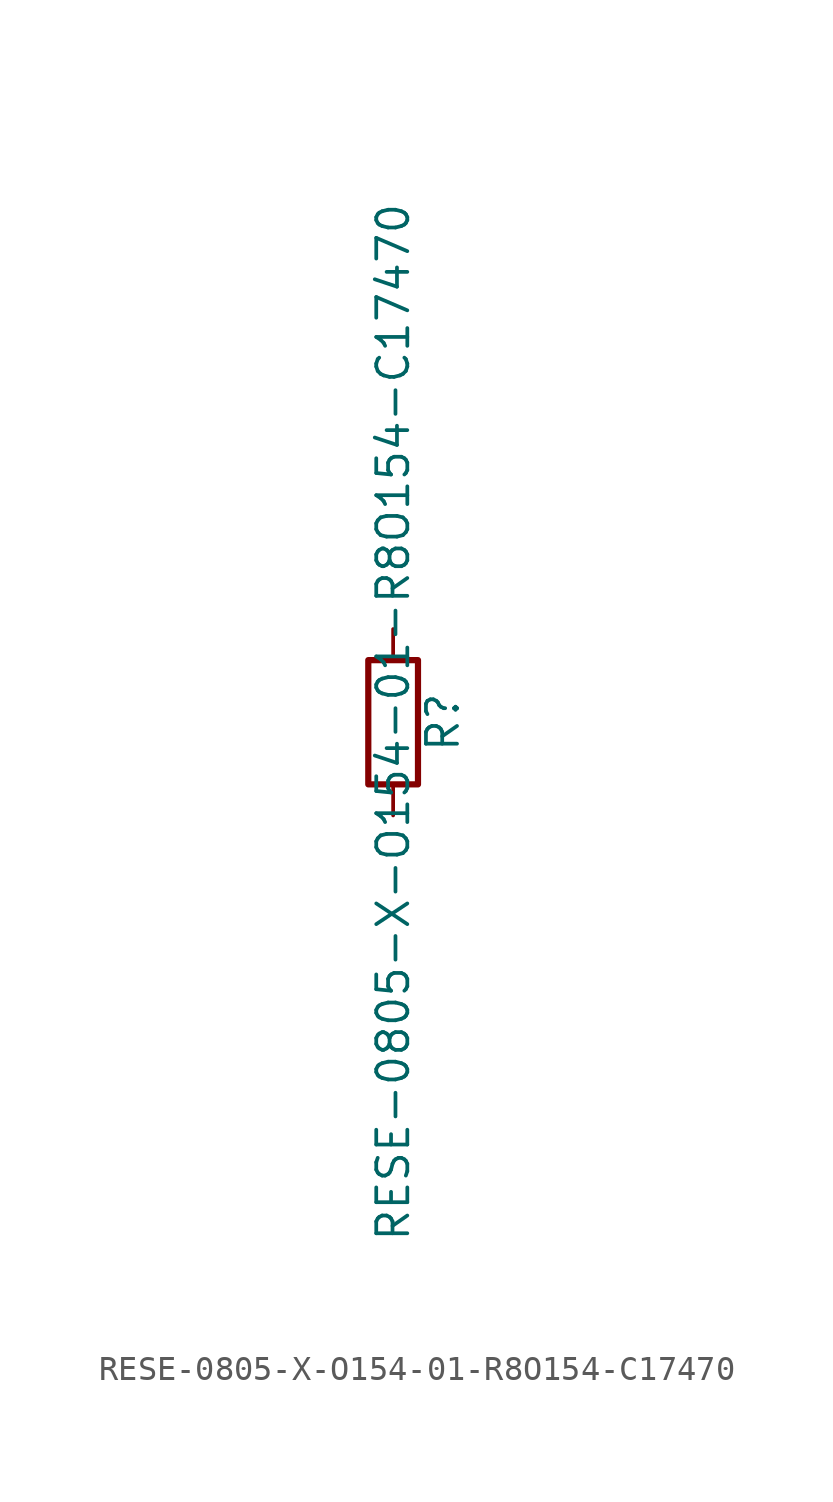
<source format=kicad_sym>
(kicad_symbol_lib
  (version 20211014)
  (generator kicad_symbol_editor)
  (symbol "RESE-0805-X-O154-01-R8O154-C17470"
    (pin_numbers hide)
    (pin_names
      (offset 0))
    (property "Reference" "R"
      (at 2.032 0 90)
      (effects (font (size 1.27 1.27))))
    (property "Value" "RESE-0805-X-O154-01-R8O154-C17470"
      (at 0 0 90)
      (effects (font (size 1.27 1.27))))
    (symbol "RESE-0805-X-O154-01-R8O154-C17470_0_1"
      (rectangle (start -1.016 -2.54) (end 1.016 2.54) (stroke (width 0.254) (type default) (color 0 0 0 0)) (fill (type none))))
    (symbol "RESE-0805-X-O154-01-R8O154-C17470_1_1"
      (pin passive line (at 0 3.81 270) (length 1.27) (name "~" (effects (font (size 1.27 1.27)))) (number "1" (effects (font (size 1.27 1.27)))))
      (pin passive line (at 0 -3.81 90) (length 1.27) (name "~" (effects (font (size 1.27 1.27)))) (number "2" (effects (font (size 1.27 1.27))))))))
</source>
